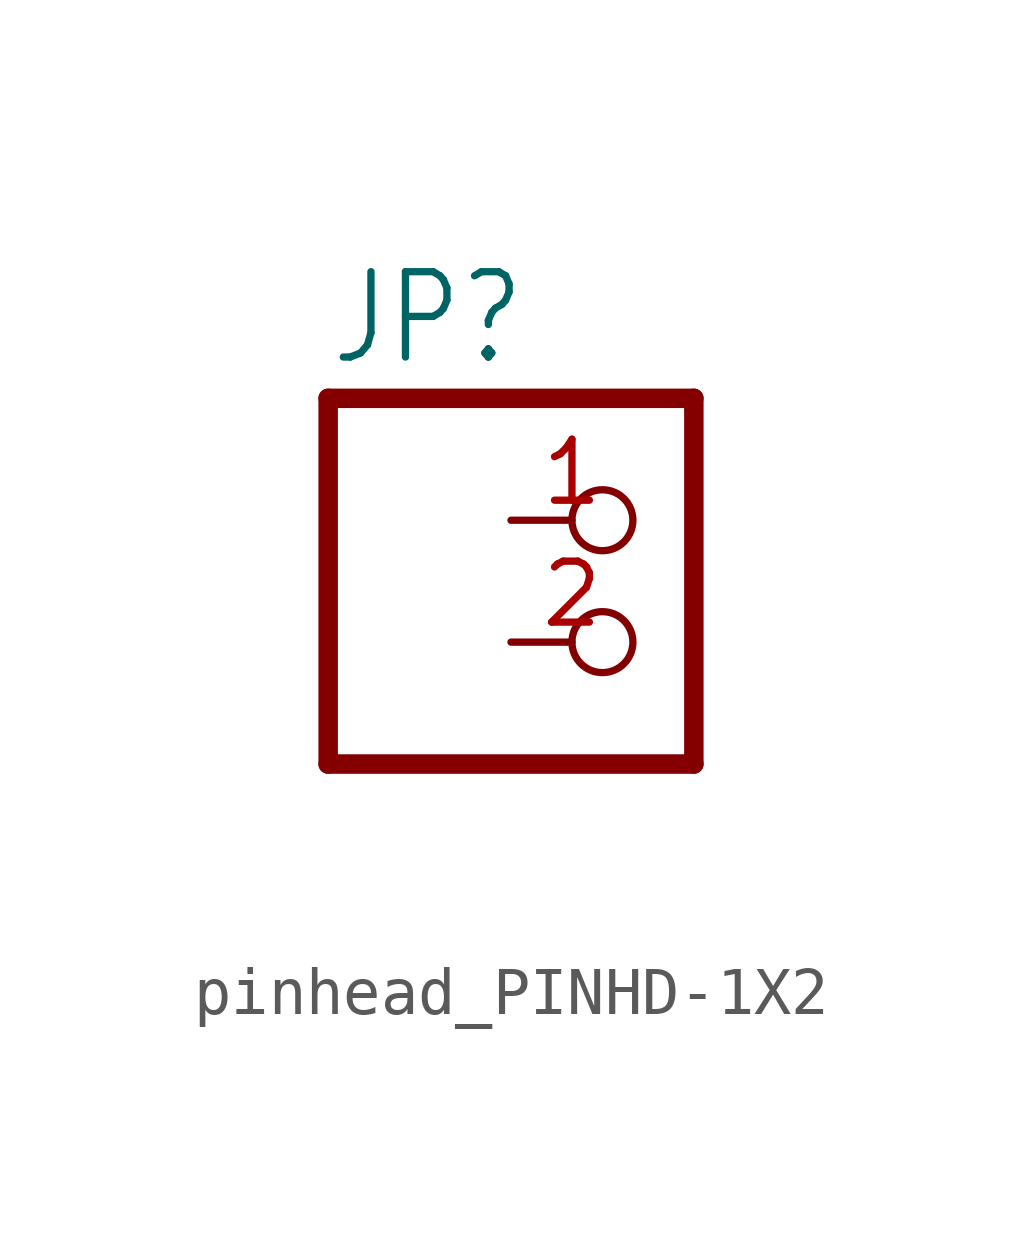
<source format=kicad_sym>
(kicad_symbol_lib
  (version 20231120)
  (generator "kicad_symbol_editor")
  (generator_version "8.0")
  (symbol "pinhead_PINHD-1X2"
    (property "Reference" "JP"
      (at -6.35 5.715 0)
      (effects (font (size 1.778 1.511)) (justify left bottom)))
    (property "Value" ""
      (at -6.35 -5.08 0)
      (effects (font (size 1.778 1.511)) (justify left bottom)))
    (property "ki_locked" ""
      (at 0 0 0)
      (effects (font (size 1.27 1.27))))
    (symbol "pinhead_PINHD-1X2_1_0"
      (polyline (pts (xy -6.35 -2.54) (xy 1.27 -2.54)) (stroke (width 0.406) (type solid)) (fill (type none)))
      (polyline (pts (xy -6.35 5.08) (xy -6.35 -2.54)) (stroke (width 0.406) (type solid)) (fill (type none)))
      (polyline (pts (xy 1.27 -2.54) (xy 1.27 5.08)) (stroke (width 0.406) (type solid)) (fill (type none)))
      (polyline (pts (xy 1.27 5.08) (xy -6.35 5.08)) (stroke (width 0.406) (type solid)) (fill (type none)))
      (pin passive inverted (at -2.54 2.54 0) (length 2.54) (name "1" (effects (font (size 0 0)))) (number "1" (effects (font (size 1.27 1.27)))))
      (pin passive inverted (at -2.54 0 0) (length 2.54) (name "2" (effects (font (size 0 0)))) (number "2" (effects (font (size 1.27 1.27))))))))
</source>
